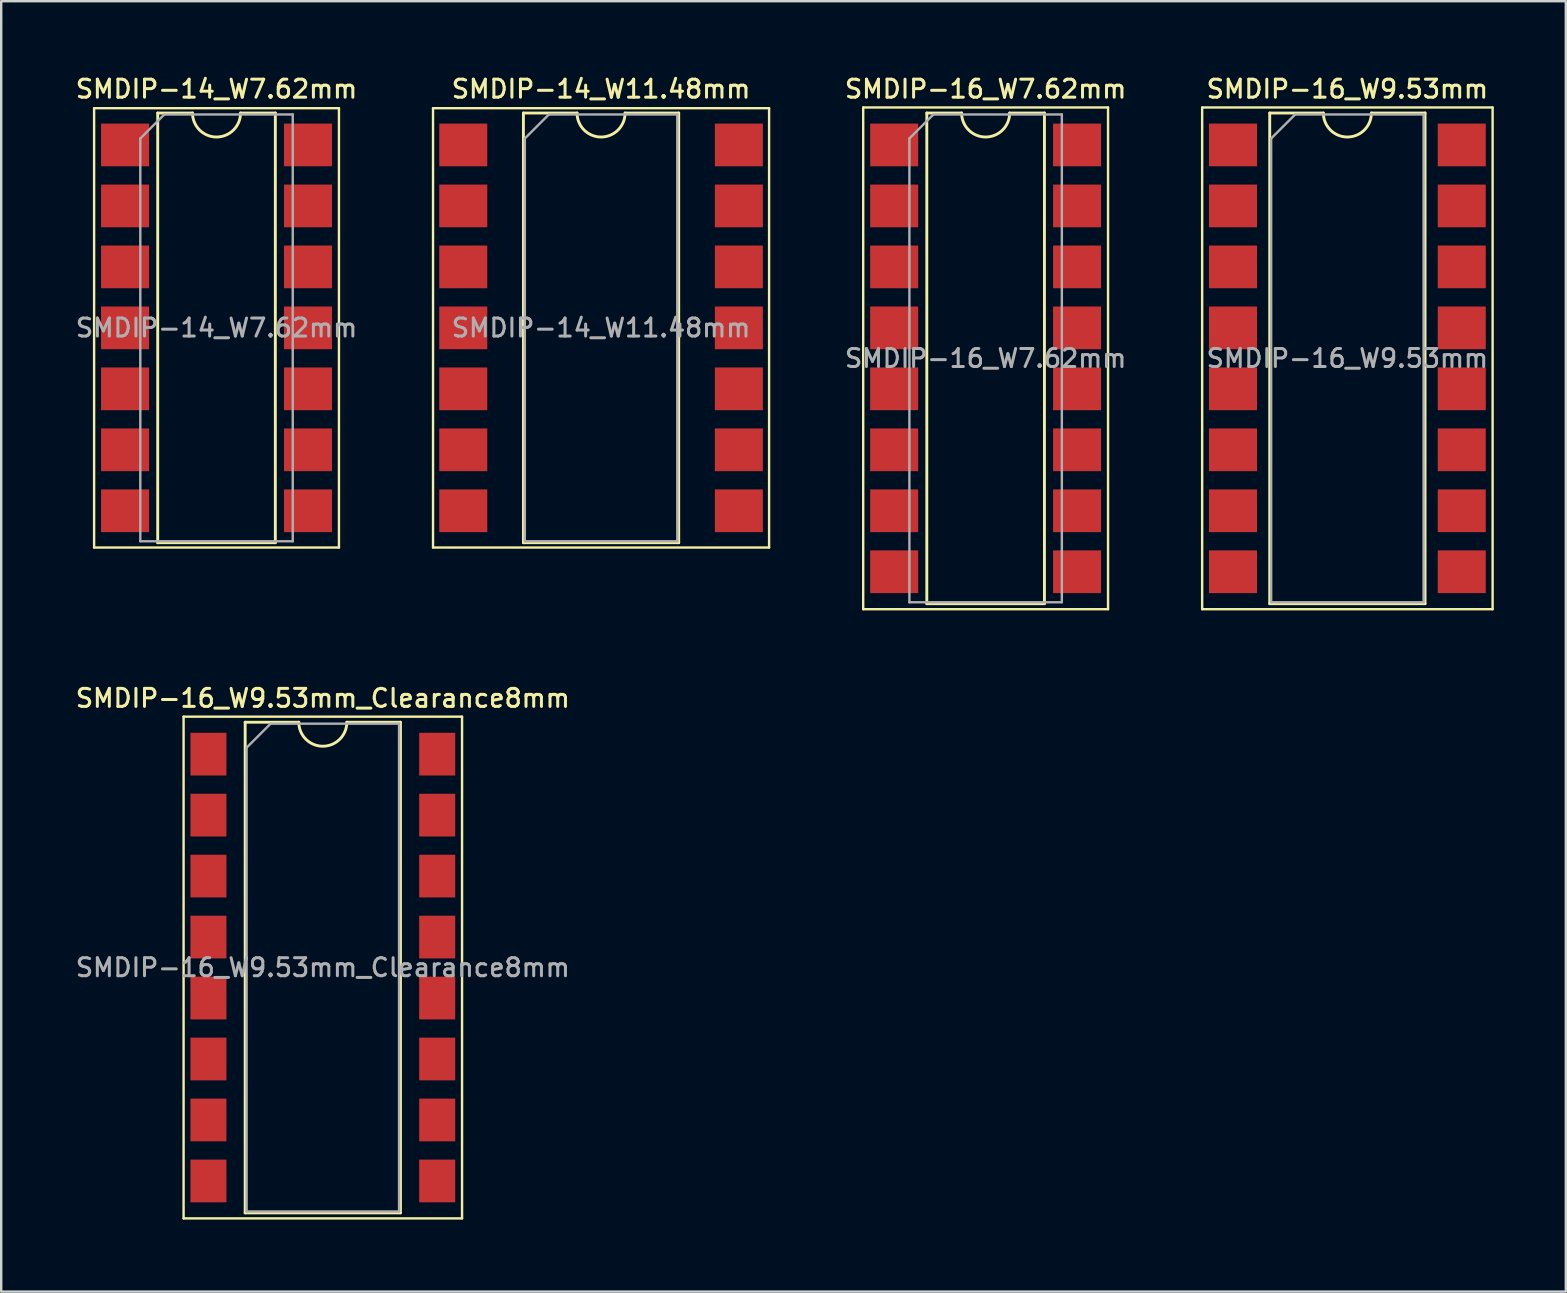
<source format=kicad_pcb>
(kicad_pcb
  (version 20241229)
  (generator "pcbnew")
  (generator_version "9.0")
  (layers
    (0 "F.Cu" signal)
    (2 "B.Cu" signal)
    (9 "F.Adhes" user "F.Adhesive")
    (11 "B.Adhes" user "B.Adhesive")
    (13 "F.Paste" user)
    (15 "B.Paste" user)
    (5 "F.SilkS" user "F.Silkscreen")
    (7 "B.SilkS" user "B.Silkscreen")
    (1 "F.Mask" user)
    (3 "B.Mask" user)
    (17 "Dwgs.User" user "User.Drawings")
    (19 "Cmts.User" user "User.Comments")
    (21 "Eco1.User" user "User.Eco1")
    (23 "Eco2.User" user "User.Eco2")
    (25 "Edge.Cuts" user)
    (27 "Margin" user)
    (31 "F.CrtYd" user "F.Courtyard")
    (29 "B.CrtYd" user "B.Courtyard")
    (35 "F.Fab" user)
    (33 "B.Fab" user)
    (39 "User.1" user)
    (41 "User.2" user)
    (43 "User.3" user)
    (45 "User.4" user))
  (footprint "SMDIP-16_W7.62mm"
    (layer "F.Cu")
    (at 38.009 11.878)
    (property "Reference" "SMDIP-16_W7.62mm" (at 0 -11.22 0) (layer "F.SilkS") (effects (font (size 0.75 0.75) (thickness 0.125))))
    (attr smd)
    (fp_line (start -5.1 -10.45) (end -5.1 10.45) (stroke (width 0.1) (type solid)) (layer "F.SilkS"))
    (fp_line (start -5.1 10.45) (end 5.1 10.45) (stroke (width 0.1) (type solid)) (layer "F.SilkS"))
    (fp_line (start -2.45 -10.22) (end -2.45 10.22) (stroke (width 0.12) (type solid)) (layer "F.SilkS"))
    (fp_line (start -2.45 10.22) (end 2.45 10.22) (stroke (width 0.12) (type solid)) (layer "F.SilkS"))
    (fp_line (start -1 -10.22) (end -2.45 -10.22) (stroke (width 0.12) (type solid)) (layer "F.SilkS"))
    (fp_line (start 2.45 -10.22) (end 1 -10.22) (stroke (width 0.12) (type solid)) (layer "F.SilkS"))
    (fp_line (start 2.45 10.22) (end 2.45 -10.22) (stroke (width 0.12) (type solid)) (layer "F.SilkS"))
    (fp_line (start 5.1 -10.45) (end -5.1 -10.45) (stroke (width 0.1) (type solid)) (layer "F.SilkS"))
    (fp_line (start 5.1 10.45) (end 5.1 -10.45) (stroke (width 0.1) (type solid)) (layer "F.SilkS"))
    (fp_arc (start 1 -10.22) (mid 0 -9.22) (end -1 -10.22) (stroke (width 0.12) (type solid)) (layer "F.SilkS"))
    (fp_line (start -3.175 -9.16) (end -2.175 -10.16) (stroke (width 0.1) (type solid)) (layer "F.Fab"))
    (fp_line (start -3.175 10.16) (end -3.175 -9.16) (stroke (width 0.1) (type solid)) (layer "F.Fab"))
    (fp_line (start -2.175 -10.16) (end 3.175 -10.16) (stroke (width 0.1) (type solid)) (layer "F.Fab"))
    (fp_line (start 3.175 -10.16) (end 3.175 10.16) (stroke (width 0.1) (type solid)) (layer "F.Fab"))
    (fp_line (start 3.175 10.16) (end -3.175 10.16) (stroke (width 0.1) (type solid)) (layer "F.Fab"))
    (fp_text user "${REFERENCE}" (at 0 0 0) (layer "F.Fab") (effects (font (size 0.75 0.75) (thickness 0.125))))
    (pad "1" smd rect (at -3.81 -8.89) (size 2 1.78) (layers "F.Cu" "F.Mask" "F.Paste"))
    (pad "2" smd rect (at -3.81 -6.35) (size 2 1.78) (layers "F.Cu" "F.Mask" "F.Paste"))
    (pad "3" smd rect (at -3.81 -3.81) (size 2 1.78) (layers "F.Cu" "F.Mask" "F.Paste"))
    (pad "4" smd rect (at -3.81 -1.27) (size 2 1.78) (layers "F.Cu" "F.Mask" "F.Paste"))
    (pad "5" smd rect (at -3.81 1.27) (size 2 1.78) (layers "F.Cu" "F.Mask" "F.Paste"))
    (pad "6" smd rect (at -3.81 3.81) (size 2 1.78) (layers "F.Cu" "F.Mask" "F.Paste"))
    (pad "7" smd rect (at -3.81 6.35) (size 2 1.78) (layers "F.Cu" "F.Mask" "F.Paste"))
    (pad "8" smd rect (at -3.81 8.89) (size 2 1.78) (layers "F.Cu" "F.Mask" "F.Paste"))
    (pad "9" smd rect (at 3.81 8.89) (size 2 1.78) (layers "F.Cu" "F.Mask" "F.Paste"))
    (pad "10" smd rect (at 3.81 6.35) (size 2 1.78) (layers "F.Cu" "F.Mask" "F.Paste"))
    (pad "11" smd rect (at 3.81 3.81) (size 2 1.78) (layers "F.Cu" "F.Mask" "F.Paste"))
    (pad "12" smd rect (at 3.81 1.27) (size 2 1.78) (layers "F.Cu" "F.Mask" "F.Paste"))
    (pad "13" smd rect (at 3.81 -1.27) (size 2 1.78) (layers "F.Cu" "F.Mask" "F.Paste"))
    (pad "14" smd rect (at 3.81 -3.81) (size 2 1.78) (layers "F.Cu" "F.Mask" "F.Paste"))
    (pad "15" smd rect (at 3.81 -6.35) (size 2 1.78) (layers "F.Cu" "F.Mask" "F.Paste"))
    (pad "16" smd rect (at 3.81 -8.89) (size 2 1.78) (layers "F.Cu" "F.Mask" "F.Paste")))
  (footprint "SMDIP-14_W7.62mm"
    (layer "F.Cu")
    (at 5.97 10.608)
    (property "Reference" "SMDIP-14_W7.62mm" (at 0 -9.95 0) (layer "F.SilkS") (effects (font (size 0.75 0.75) (thickness 0.125))))
    (attr smd)
    (fp_line (start -5.1 -9.15) (end -5.1 9.15) (stroke (width 0.1) (type solid)) (layer "F.SilkS"))
    (fp_line (start -5.1 9.15) (end 5.1 9.15) (stroke (width 0.1) (type solid)) (layer "F.SilkS"))
    (fp_line (start -2.45 -8.95) (end -2.45 8.95) (stroke (width 0.12) (type solid)) (layer "F.SilkS"))
    (fp_line (start -2.45 8.95) (end 2.45 8.95) (stroke (width 0.12) (type solid)) (layer "F.SilkS"))
    (fp_line (start -1 -8.95) (end -2.45 -8.95) (stroke (width 0.12) (type solid)) (layer "F.SilkS"))
    (fp_line (start 2.45 -8.95) (end 1 -8.95) (stroke (width 0.12) (type solid)) (layer "F.SilkS"))
    (fp_line (start 2.45 8.95) (end 2.45 -8.95) (stroke (width 0.12) (type solid)) (layer "F.SilkS"))
    (fp_line (start 5.1 -9.15) (end -5.1 -9.15) (stroke (width 0.1) (type solid)) (layer "F.SilkS"))
    (fp_line (start 5.1 9.15) (end 5.1 -9.15) (stroke (width 0.1) (type solid)) (layer "F.SilkS"))
    (fp_arc (start 1 -8.95) (mid 0 -7.95) (end -1 -8.95) (stroke (width 0.12) (type solid)) (layer "F.SilkS"))
    (fp_line (start -3.175 -7.89) (end -2.175 -8.89) (stroke (width 0.1) (type solid)) (layer "F.Fab"))
    (fp_line (start -3.175 8.89) (end -3.175 -7.89) (stroke (width 0.1) (type solid)) (layer "F.Fab"))
    (fp_line (start -2.175 -8.89) (end 3.175 -8.89) (stroke (width 0.1) (type solid)) (layer "F.Fab"))
    (fp_line (start 3.175 -8.89) (end 3.175 8.89) (stroke (width 0.1) (type solid)) (layer "F.Fab"))
    (fp_line (start 3.175 8.89) (end -3.175 8.89) (stroke (width 0.1) (type solid)) (layer "F.Fab"))
    (fp_text user "${REFERENCE}" (at 0 0 0) (layer "F.Fab") (effects (font (size 0.75 0.75) (thickness 0.125))))
    (pad "1" smd rect (at -3.81 -7.62) (size 2 1.78) (layers "F.Cu" "F.Mask" "F.Paste"))
    (pad "2" smd rect (at -3.81 -5.08) (size 2 1.78) (layers "F.Cu" "F.Mask" "F.Paste"))
    (pad "3" smd rect (at -3.81 -2.54) (size 2 1.78) (layers "F.Cu" "F.Mask" "F.Paste"))
    (pad "4" smd rect (at -3.81 0) (size 2 1.78) (layers "F.Cu" "F.Mask" "F.Paste"))
    (pad "5" smd rect (at -3.81 2.54) (size 2 1.78) (layers "F.Cu" "F.Mask" "F.Paste"))
    (pad "6" smd rect (at -3.81 5.08) (size 2 1.78) (layers "F.Cu" "F.Mask" "F.Paste"))
    (pad "7" smd rect (at -3.81 7.62) (size 2 1.78) (layers "F.Cu" "F.Mask" "F.Paste"))
    (pad "8" smd rect (at 3.81 7.62) (size 2 1.78) (layers "F.Cu" "F.Mask" "F.Paste"))
    (pad "9" smd rect (at 3.81 5.08) (size 2 1.78) (layers "F.Cu" "F.Mask" "F.Paste"))
    (pad "10" smd rect (at 3.81 2.54) (size 2 1.78) (layers "F.Cu" "F.Mask" "F.Paste"))
    (pad "11" smd rect (at 3.81 0) (size 2 1.78) (layers "F.Cu" "F.Mask" "F.Paste"))
    (pad "12" smd rect (at 3.81 -2.54) (size 2 1.78) (layers "F.Cu" "F.Mask" "F.Paste"))
    (pad "13" smd rect (at 3.81 -5.08) (size 2 1.78) (layers "F.Cu" "F.Mask" "F.Paste"))
    (pad "14" smd rect (at 3.81 -7.62) (size 2 1.78) (layers "F.Cu" "F.Mask" "F.Paste")))
  (footprint "SMDIP-14_W11.48mm"
    (layer "F.Cu")
    (at 21.989 10.608)
    (property "Reference" "SMDIP-14_W11.48mm" (at 0 -9.95 0) (layer "F.SilkS") (effects (font (size 0.75 0.75) (thickness 0.125))))
    (attr smd)
    (fp_line (start -7 -9.15) (end -7 9.15) (stroke (width 0.1) (type solid)) (layer "F.SilkS"))
    (fp_line (start -7 9.15) (end 7 9.15) (stroke (width 0.1) (type solid)) (layer "F.SilkS"))
    (fp_line (start -3.235 -8.95) (end -3.235 8.95) (stroke (width 0.12) (type solid)) (layer "F.SilkS"))
    (fp_line (start -3.235 8.95) (end 3.235 8.95) (stroke (width 0.12) (type solid)) (layer "F.SilkS"))
    (fp_line (start -1 -8.95) (end -3.235 -8.95) (stroke (width 0.12) (type solid)) (layer "F.SilkS"))
    (fp_line (start 3.235 -8.95) (end 1 -8.95) (stroke (width 0.12) (type solid)) (layer "F.SilkS"))
    (fp_line (start 3.235 8.95) (end 3.235 -8.95) (stroke (width 0.12) (type solid)) (layer "F.SilkS"))
    (fp_line (start 7 -9.15) (end -7 -9.15) (stroke (width 0.1) (type solid)) (layer "F.SilkS"))
    (fp_line (start 7 9.15) (end 7 -9.15) (stroke (width 0.1) (type solid)) (layer "F.SilkS"))
    (fp_arc (start 1 -8.95) (mid 0 -7.95) (end -1 -8.95) (stroke (width 0.12) (type solid)) (layer "F.SilkS"))
    (fp_line (start -3.175 -7.89) (end -2.175 -8.89) (stroke (width 0.1) (type solid)) (layer "F.Fab"))
    (fp_line (start -3.175 8.89) (end -3.175 -7.89) (stroke (width 0.1) (type solid)) (layer "F.Fab"))
    (fp_line (start -2.175 -8.89) (end 3.175 -8.89) (stroke (width 0.1) (type solid)) (layer "F.Fab"))
    (fp_line (start 3.175 -8.89) (end 3.175 8.89) (stroke (width 0.1) (type solid)) (layer "F.Fab"))
    (fp_line (start 3.175 8.89) (end -3.175 8.89) (stroke (width 0.1) (type solid)) (layer "F.Fab"))
    (fp_text user "${REFERENCE}" (at 0 0 0) (layer "F.Fab") (effects (font (size 0.75 0.75) (thickness 0.125))))
    (pad "1" smd rect (at -5.74 -7.62) (size 2 1.78) (layers "F.Cu" "F.Mask" "F.Paste"))
    (pad "2" smd rect (at -5.74 -5.08) (size 2 1.78) (layers "F.Cu" "F.Mask" "F.Paste"))
    (pad "3" smd rect (at -5.74 -2.54) (size 2 1.78) (layers "F.Cu" "F.Mask" "F.Paste"))
    (pad "4" smd rect (at -5.74 0) (size 2 1.78) (layers "F.Cu" "F.Mask" "F.Paste"))
    (pad "5" smd rect (at -5.74 2.54) (size 2 1.78) (layers "F.Cu" "F.Mask" "F.Paste"))
    (pad "6" smd rect (at -5.74 5.08) (size 2 1.78) (layers "F.Cu" "F.Mask" "F.Paste"))
    (pad "7" smd rect (at -5.74 7.62) (size 2 1.78) (layers "F.Cu" "F.Mask" "F.Paste"))
    (pad "8" smd rect (at 5.74 7.62) (size 2 1.78) (layers "F.Cu" "F.Mask" "F.Paste"))
    (pad "9" smd rect (at 5.74 5.08) (size 2 1.78) (layers "F.Cu" "F.Mask" "F.Paste"))
    (pad "10" smd rect (at 5.74 2.54) (size 2 1.78) (layers "F.Cu" "F.Mask" "F.Paste"))
    (pad "11" smd rect (at 5.74 0) (size 2 1.78) (layers "F.Cu" "F.Mask" "F.Paste"))
    (pad "12" smd rect (at 5.74 -2.54) (size 2 1.78) (layers "F.Cu" "F.Mask" "F.Paste"))
    (pad "13" smd rect (at 5.74 -5.08) (size 2 1.78) (layers "F.Cu" "F.Mask" "F.Paste"))
    (pad "14" smd rect (at 5.74 -7.62) (size 2 1.78) (layers "F.Cu" "F.Mask" "F.Paste")))
  (footprint "SMDIP-16_W9.53mm_Clearance8mm"
    (layer "F.Cu")
    (at 10.398 37.256)
    (property "Reference" "SMDIP-16_W9.53mm_Clearance8mm" (at 0 -11.22 0) (layer "F.SilkS") (effects (font (size 0.75 0.75) (thickness 0.125))))
    (attr smd)
    (fp_line (start -5.8 -10.45) (end -5.8 10.45) (stroke (width 0.1) (type solid)) (layer "F.SilkS"))
    (fp_line (start -5.8 10.45) (end 5.8 10.45) (stroke (width 0.1) (type solid)) (layer "F.SilkS"))
    (fp_line (start -3.235 -10.22) (end -3.235 10.22) (stroke (width 0.12) (type solid)) (layer "F.SilkS"))
    (fp_line (start -3.235 10.22) (end 3.235 10.22) (stroke (width 0.12) (type solid)) (layer "F.SilkS"))
    (fp_line (start -1 -10.22) (end -3.235 -10.22) (stroke (width 0.12) (type solid)) (layer "F.SilkS"))
    (fp_line (start 3.235 -10.22) (end 1 -10.22) (stroke (width 0.12) (type solid)) (layer "F.SilkS"))
    (fp_line (start 3.235 10.22) (end 3.235 -10.22) (stroke (width 0.12) (type solid)) (layer "F.SilkS"))
    (fp_line (start 5.8 -10.45) (end -5.8 -10.45) (stroke (width 0.1) (type solid)) (layer "F.SilkS"))
    (fp_line (start 5.8 10.45) (end 5.8 -10.45) (stroke (width 0.1) (type solid)) (layer "F.SilkS"))
    (fp_arc (start 1 -10.22) (mid 0 -9.22) (end -1 -10.22) (stroke (width 0.12) (type solid)) (layer "F.SilkS"))
    (fp_line (start -3.175 -9.16) (end -2.175 -10.16) (stroke (width 0.1) (type solid)) (layer "F.Fab"))
    (fp_line (start -3.175 10.16) (end -3.175 -9.16) (stroke (width 0.1) (type solid)) (layer "F.Fab"))
    (fp_line (start -2.175 -10.16) (end 3.175 -10.16) (stroke (width 0.1) (type solid)) (layer "F.Fab"))
    (fp_line (start 3.175 -10.16) (end 3.175 10.16) (stroke (width 0.1) (type solid)) (layer "F.Fab"))
    (fp_line (start 3.175 10.16) (end -3.175 10.16) (stroke (width 0.1) (type solid)) (layer "F.Fab"))
    (fp_text user "${REFERENCE}" (at 0 0 0) (layer "F.Fab") (effects (font (size 0.75 0.75) (thickness 0.125))))
    (pad "1" smd rect (at -4.765 -8.89) (size 1.5 1.78) (layers "F.Cu" "F.Mask" "F.Paste"))
    (pad "2" smd rect (at -4.765 -6.35) (size 1.5 1.78) (layers "F.Cu" "F.Mask" "F.Paste"))
    (pad "3" smd rect (at -4.765 -3.81) (size 1.5 1.78) (layers "F.Cu" "F.Mask" "F.Paste"))
    (pad "4" smd rect (at -4.765 -1.27) (size 1.5 1.78) (layers "F.Cu" "F.Mask" "F.Paste"))
    (pad "5" smd rect (at -4.765 1.27) (size 1.5 1.78) (layers "F.Cu" "F.Mask" "F.Paste"))
    (pad "6" smd rect (at -4.765 3.81) (size 1.5 1.78) (layers "F.Cu" "F.Mask" "F.Paste"))
    (pad "7" smd rect (at -4.765 6.35) (size 1.5 1.78) (layers "F.Cu" "F.Mask" "F.Paste"))
    (pad "8" smd rect (at -4.765 8.89) (size 1.5 1.78) (layers "F.Cu" "F.Mask" "F.Paste"))
    (pad "9" smd rect (at 4.765 8.89) (size 1.5 1.78) (layers "F.Cu" "F.Mask" "F.Paste"))
    (pad "10" smd rect (at 4.765 6.35) (size 1.5 1.78) (layers "F.Cu" "F.Mask" "F.Paste"))
    (pad "11" smd rect (at 4.765 3.81) (size 1.5 1.78) (layers "F.Cu" "F.Mask" "F.Paste"))
    (pad "12" smd rect (at 4.765 1.27) (size 1.5 1.78) (layers "F.Cu" "F.Mask" "F.Paste"))
    (pad "13" smd rect (at 4.765 -1.27) (size 1.5 1.78) (layers "F.Cu" "F.Mask" "F.Paste"))
    (pad "14" smd rect (at 4.765 -3.81) (size 1.5 1.78) (layers "F.Cu" "F.Mask" "F.Paste"))
    (pad "15" smd rect (at 4.765 -6.35) (size 1.5 1.78) (layers "F.Cu" "F.Mask" "F.Paste"))
    (pad "16" smd rect (at 4.765 -8.89) (size 1.5 1.78) (layers "F.Cu" "F.Mask" "F.Paste")))
  (footprint "SMDIP-16_W9.53mm"
    (layer "F.Cu")
    (at 53.079 11.878)
    (property "Reference" "SMDIP-16_W9.53mm" (at 0 -11.22 0) (layer "F.SilkS") (effects (font (size 0.75 0.75) (thickness 0.125))))
    (attr smd)
    (fp_line (start -6.05 -10.45) (end -6.05 10.45) (stroke (width 0.1) (type solid)) (layer "F.SilkS"))
    (fp_line (start -6.05 10.45) (end 6.05 10.45) (stroke (width 0.1) (type solid)) (layer "F.SilkS"))
    (fp_line (start -3.235 -10.22) (end -3.235 10.22) (stroke (width 0.12) (type solid)) (layer "F.SilkS"))
    (fp_line (start -3.235 10.22) (end 3.235 10.22) (stroke (width 0.12) (type solid)) (layer "F.SilkS"))
    (fp_line (start -1 -10.22) (end -3.235 -10.22) (stroke (width 0.12) (type solid)) (layer "F.SilkS"))
    (fp_line (start 3.235 -10.22) (end 1 -10.22) (stroke (width 0.12) (type solid)) (layer "F.SilkS"))
    (fp_line (start 3.235 10.22) (end 3.235 -10.22) (stroke (width 0.12) (type solid)) (layer "F.SilkS"))
    (fp_line (start 6.05 -10.45) (end -6.05 -10.45) (stroke (width 0.1) (type solid)) (layer "F.SilkS"))
    (fp_line (start 6.05 10.45) (end 6.05 -10.45) (stroke (width 0.1) (type solid)) (layer "F.SilkS"))
    (fp_arc (start 1 -10.22) (mid 0 -9.22) (end -1 -10.22) (stroke (width 0.12) (type solid)) (layer "F.SilkS"))
    (fp_line (start -3.175 -9.16) (end -2.175 -10.16) (stroke (width 0.1) (type solid)) (layer "F.Fab"))
    (fp_line (start -3.175 10.16) (end -3.175 -9.16) (stroke (width 0.1) (type solid)) (layer "F.Fab"))
    (fp_line (start -2.175 -10.16) (end 3.175 -10.16) (stroke (width 0.1) (type solid)) (layer "F.Fab"))
    (fp_line (start 3.175 -10.16) (end 3.175 10.16) (stroke (width 0.1) (type solid)) (layer "F.Fab"))
    (fp_line (start 3.175 10.16) (end -3.175 10.16) (stroke (width 0.1) (type solid)) (layer "F.Fab"))
    (fp_text user "${REFERENCE}" (at 0 0 0) (layer "F.Fab") (effects (font (size 0.75 0.75) (thickness 0.125))))
    (pad "1" smd rect (at -4.765 -8.89) (size 2 1.78) (layers "F.Cu" "F.Mask" "F.Paste"))
    (pad "2" smd rect (at -4.765 -6.35) (size 2 1.78) (layers "F.Cu" "F.Mask" "F.Paste"))
    (pad "3" smd rect (at -4.765 -3.81) (size 2 1.78) (layers "F.Cu" "F.Mask" "F.Paste"))
    (pad "4" smd rect (at -4.765 -1.27) (size 2 1.78) (layers "F.Cu" "F.Mask" "F.Paste"))
    (pad "5" smd rect (at -4.765 1.27) (size 2 1.78) (layers "F.Cu" "F.Mask" "F.Paste"))
    (pad "6" smd rect (at -4.765 3.81) (size 2 1.78) (layers "F.Cu" "F.Mask" "F.Paste"))
    (pad "7" smd rect (at -4.765 6.35) (size 2 1.78) (layers "F.Cu" "F.Mask" "F.Paste"))
    (pad "8" smd rect (at -4.765 8.89) (size 2 1.78) (layers "F.Cu" "F.Mask" "F.Paste"))
    (pad "9" smd rect (at 4.765 8.89) (size 2 1.78) (layers "F.Cu" "F.Mask" "F.Paste"))
    (pad "10" smd rect (at 4.765 6.35) (size 2 1.78) (layers "F.Cu" "F.Mask" "F.Paste"))
    (pad "11" smd rect (at 4.765 3.81) (size 2 1.78) (layers "F.Cu" "F.Mask" "F.Paste"))
    (pad "12" smd rect (at 4.765 1.27) (size 2 1.78) (layers "F.Cu" "F.Mask" "F.Paste"))
    (pad "13" smd rect (at 4.765 -1.27) (size 2 1.78) (layers "F.Cu" "F.Mask" "F.Paste"))
    (pad "14" smd rect (at 4.765 -3.81) (size 2 1.78) (layers "F.Cu" "F.Mask" "F.Paste"))
    (pad "15" smd rect (at 4.765 -6.35) (size 2 1.78) (layers "F.Cu" "F.Mask" "F.Paste"))
    (pad "16" smd rect (at 4.765 -8.89) (size 2 1.78) (layers "F.Cu" "F.Mask" "F.Paste")))
  (gr_rect
    (start -3 -3)
    (end 62.179 50.756)
    (stroke (width 0.1) (type default))
    (fill no)
    (layer "Edge.Cuts")))
</source>
